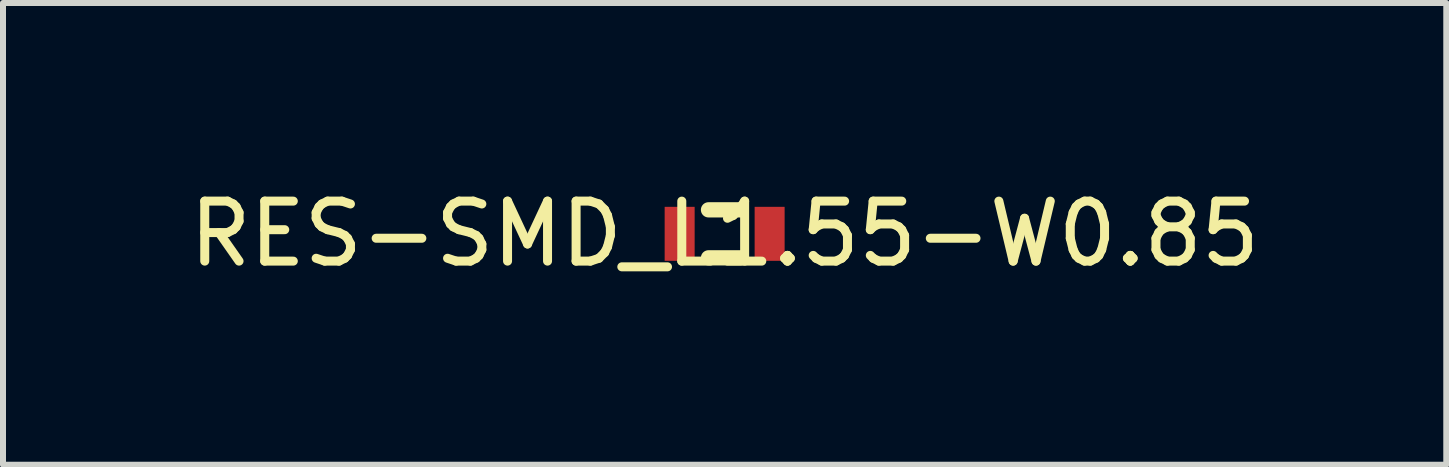
<source format=kicad_pcb>
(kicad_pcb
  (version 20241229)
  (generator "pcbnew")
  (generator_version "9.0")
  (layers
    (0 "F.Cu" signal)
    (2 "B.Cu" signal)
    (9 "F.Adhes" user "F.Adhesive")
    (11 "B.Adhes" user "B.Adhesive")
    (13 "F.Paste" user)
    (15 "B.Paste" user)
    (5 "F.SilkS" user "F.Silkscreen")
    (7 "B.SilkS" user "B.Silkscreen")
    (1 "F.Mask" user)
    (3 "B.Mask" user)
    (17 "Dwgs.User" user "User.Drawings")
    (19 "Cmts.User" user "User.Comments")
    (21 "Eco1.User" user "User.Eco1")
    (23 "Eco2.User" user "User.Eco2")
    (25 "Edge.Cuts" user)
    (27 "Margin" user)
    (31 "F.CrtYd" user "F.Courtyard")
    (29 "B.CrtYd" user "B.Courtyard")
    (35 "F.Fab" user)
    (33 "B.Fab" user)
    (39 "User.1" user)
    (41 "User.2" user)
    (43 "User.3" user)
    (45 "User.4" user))
  (footprint "RES-SMD_L1.55-W0.85"
    (layer "F.Cu")
    (at 9.03 0.848)
    (property "Reference" "RES-SMD_L1.55-W0.85" (at 0 0 0) (layer "F.SilkS") (effects (font (size 1 1) (thickness 0.15))))
    (fp_line (start 0.269 -0.4) (end -0.269 -0.4) (stroke (width 0.254) (type default)) (layer "F.SilkS"))
    (fp_line (start 0.269 0.4) (end -0.269 0.4) (stroke (width 0.254) (type default)) (layer "F.SilkS"))
    (fp_poly (pts (xy -0.741 0.377) (xy -0.774 0.345) (xy -0.819 0.345) (xy -0.852 0.377) (xy -0.852 0.423) (xy -0.819 0.455) (xy -0.774 0.455) (xy -0.741 0.423)) (stroke (width 0.1) (type default)) (fill no) (layer "User.3"))
    (pad "1" smd rect (at -0.75 0 90) (size 0.9 0.5) (layers "F.Cu" "F.Mask" "F.Paste"))
    (pad "2" smd rect (at 0.75 0 90) (size 0.9 0.5) (layers "F.Cu" "F.Mask" "F.Paste")))
  (gr_rect
    (start -3 -3)
    (end 21.06 4.697)
    (stroke (width 0.1) (type default))
    (fill no)
    (layer "Edge.Cuts")))
</source>
